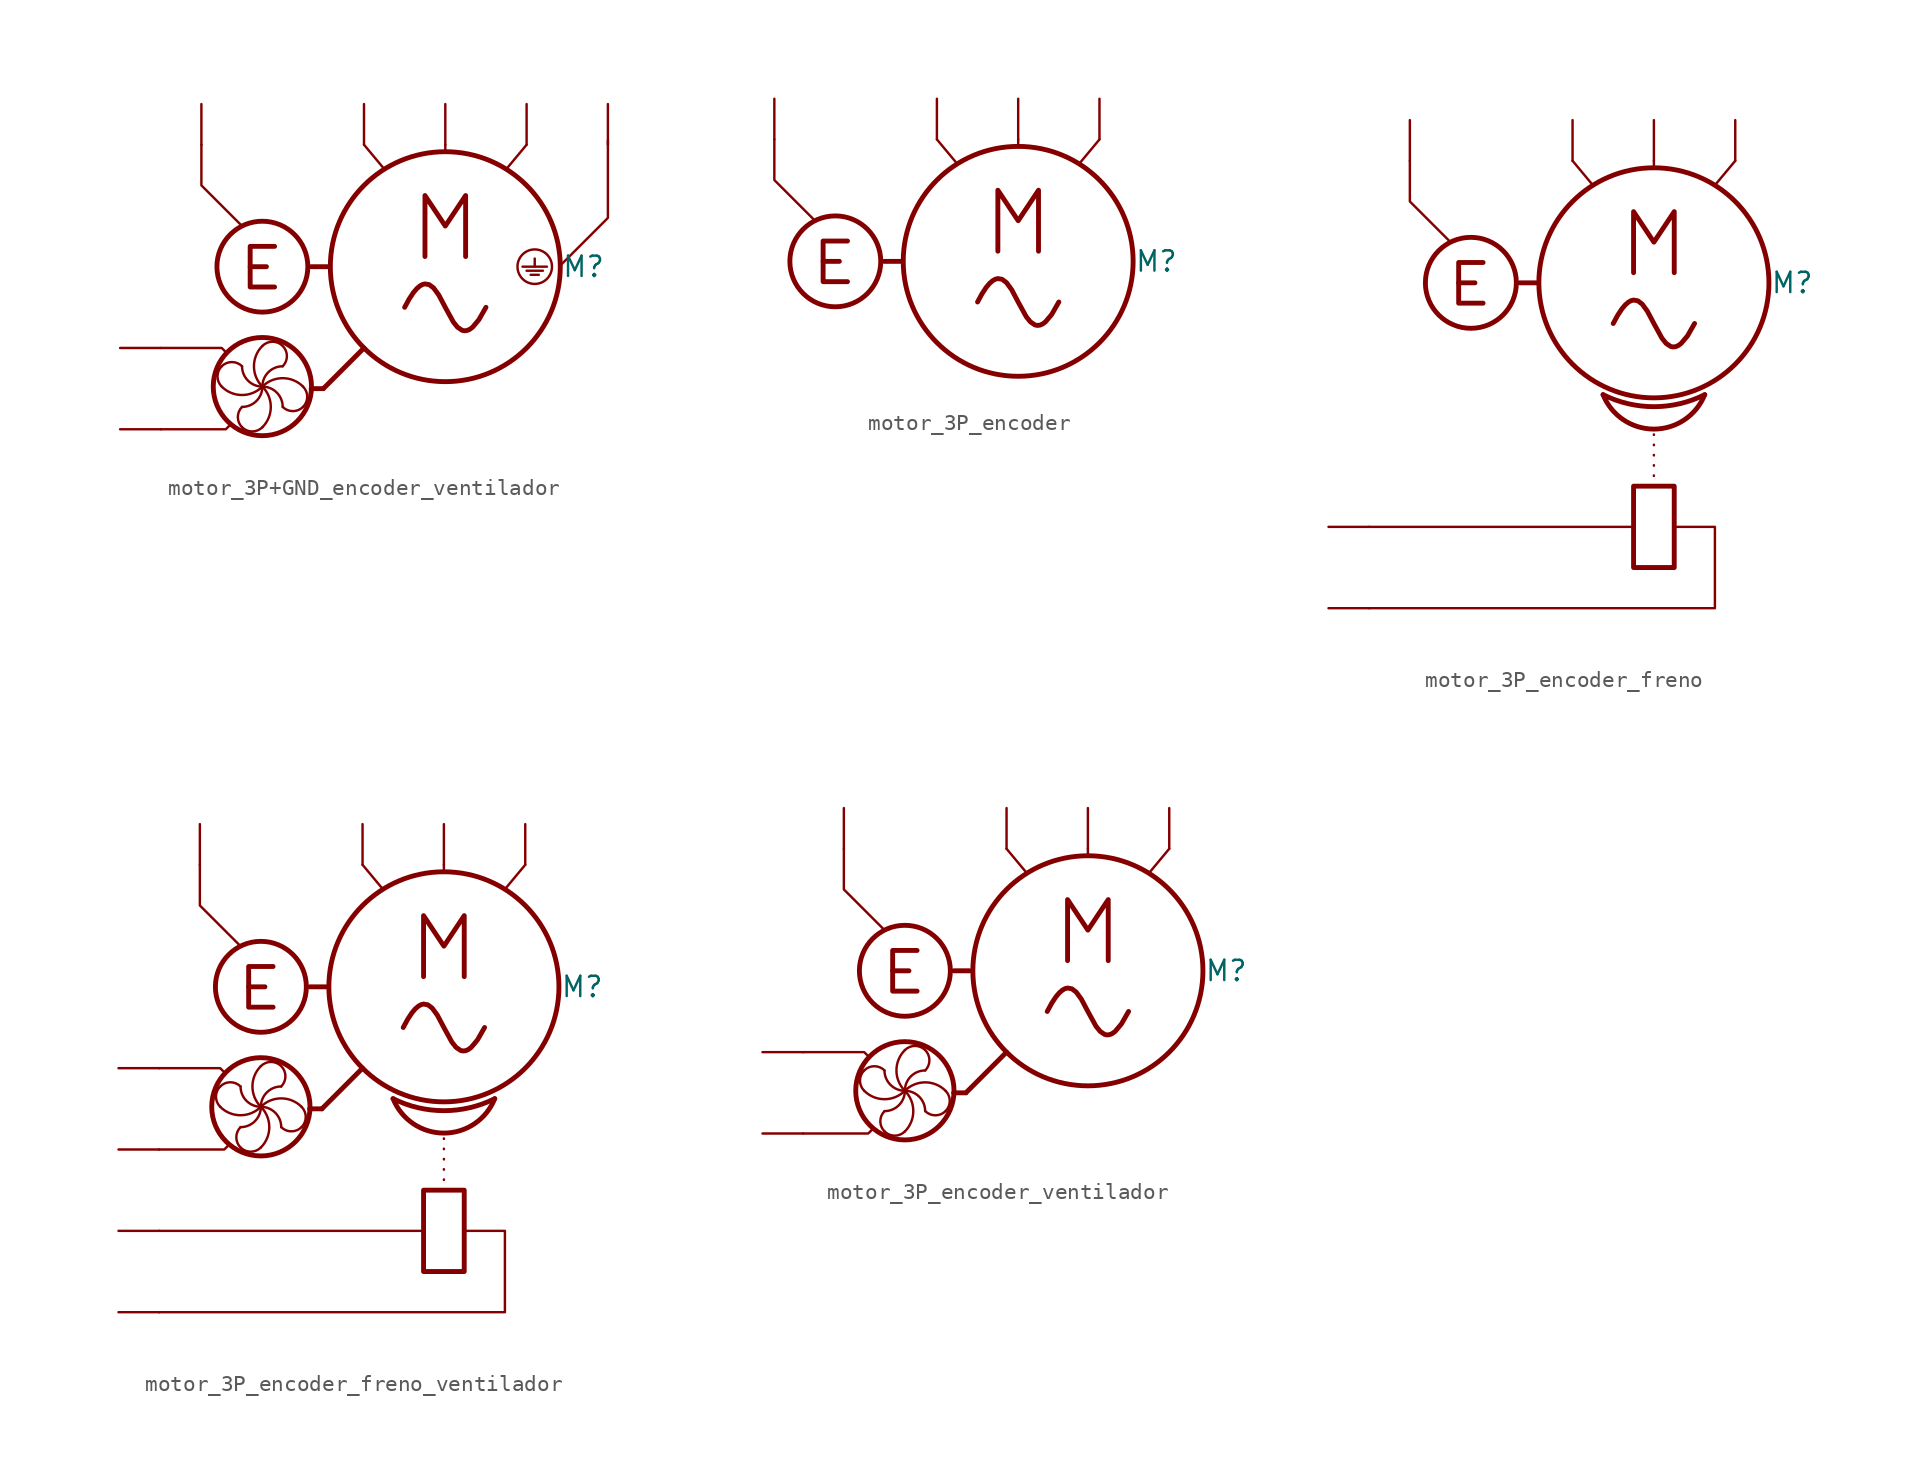
<source format=kicad_sym>
(kicad_symbol_lib
  (version 20241209)
  (generator "kicad_symbol_editor")
  (generator_version "9.0")
  (symbol "motor_3P+GND_encoder_ventilador"
    (property "Reference" "M"
      (at 8.636 0 0)
      (effects (font (size 1.27 1.27))))
    (property "Value" ""
      (at 0 0 0)
      (effects (font (size 1.27 1.27))))
    (symbol "motor_3P+GND_encoder_ventilador_0_1"
      (polyline (pts (xy -17.78 -5.08) (xy -13.97 -5.08) (xy -13.716 -5.334)) (stroke (width 0) (type default)) (fill (type none)))
      (polyline (pts (xy -17.78 -10.16) (xy -13.716 -10.16) (xy -13.462 -9.906)) (stroke (width 0) (type default)) (fill (type none)))
      (arc (start -13.9701 -6.2231) (mid -13.3351 -5.9601) (end -12.7001 -6.2231) (stroke (width 0) (type default)) (fill (type none)))
      (arc (start -13.9701 -7.4931) (mid -14.2331 -6.8581) (end -13.9701 -6.2231) (stroke (width 0) (type default)) (fill (type none)))
      (arc (start -11.4301 -7.4931) (mid -12.7001 -8.0192) (end -13.9701 -7.4931) (stroke (width 0) (type default)) (fill (type none)))
      (arc (start -11.4299 -7.4931) (mid -11.8019 -8.3911) (end -12.6999 -8.7631) (stroke (width 0) (type default)) (fill (type none)))
      (arc (start -11.4299 -7.4931) (mid -10.9038 -8.7631) (end -11.4299 -10.0331) (stroke (width 0) (type default)) (fill (type none)))
      (arc (start -11.4299 -10.0331) (mid -12.0649 -10.2961) (end -12.6999 -10.0331) (stroke (width 0) (type default)) (fill (type none)))
      (arc (start -12.6999 -10.0331) (mid -12.9629 -9.3981) (end -12.6999 -8.7631) (stroke (width 0) (type default)) (fill (type none)))
      (arc (start -11.43 -7.493) (mid -10.532 -7.865) (end -10.16 -8.763) (stroke (width 0) (type default)) (fill (type none)))
      (arc (start -11.4301 -7.4931) (mid -12.3281 -7.1211) (end -12.7001 -6.2231) (stroke (width 0) (type default)) (fill (type none)))
      (arc (start -11.43 -4.953) (mid -10.16 -4.953) (end -10.16 -6.223) (stroke (width 0) (type default)) (fill (type none)))
      (arc (start -11.43 -7.493) (mid -11.9561 -6.223) (end -11.43 -4.953) (stroke (width 0) (type default)) (fill (type none)))
      (arc (start -11.43 -7.493) (mid -10.16 -6.9669) (end -8.89 -7.493) (stroke (width 0) (type default)) (fill (type none)))
      (arc (start -11.43 -7.493) (mid -11.058 -6.595) (end -10.16 -6.223) (stroke (width 0) (type default)) (fill (type none)))
      (arc (start -8.89 -7.493) (mid -8.627 -8.128) (end -8.89 -8.763) (stroke (width 0) (type default)) (fill (type none)))
      (arc (start -8.89 -8.763) (mid -9.525 -9.026) (end -10.16 -8.763) (stroke (width 0) (type default)) (fill (type none)))
      (polyline (pts (xy 0 7.62) (xy 0 7.366) (xy 0 7.112)) (stroke (width 0) (type default)) (fill (type none)))
      (polyline (pts (xy 4.826 0) (xy 6.35 0)) (stroke (width 0) (type default)) (fill (type none)))
      (polyline (pts (xy 5.08 -0.254) (xy 6.096 -0.254)) (stroke (width 0) (type default)) (fill (type none)))
      (polyline (pts (xy 5.334 -0.508) (xy 5.842 -0.508)) (stroke (width 0) (type default)) (fill (type none)))
      (polyline (pts (xy 5.588 0.508) (xy 5.588 0)) (stroke (width 0) (type default)) (fill (type none)))
      (circle (center 5.588 0) (radius 1.078) (stroke (width 0) (type default)) (fill (type none)))
      (polyline (pts (xy 7.112 0) (xy 10.16 3.048) (xy 10.16 7.874)) (stroke (width 0) (type default)) (fill (type none))))
    (symbol "motor_3P+GND_encoder_ventilador_1_1"
      (polyline (pts (xy -12.7 2.54) (xy -15.24 5.08) (xy -15.24 7.62)) (stroke (width 0) (type default)) (fill (type none)))
      (polyline (pts (xy -12.192 0) (xy -11.176 0)) (stroke (width 0.305) (type solid)) (fill (type none)))
      (circle (center -11.43 0) (radius 2.84) (stroke (width 0.305) (type solid)) (fill (type none)))
      (circle (center -11.43 -7.493) (radius 3.069) (stroke (width 0.305) (type solid)) (fill (type none)))
      (polyline (pts (xy -10.668 1.27) (xy -12.192 1.27) (xy -12.192 -1.27) (xy -10.668 -1.27)) (stroke (width 0.305) (type solid)) (fill (type none)))
      (polyline (pts (xy -7.62 -7.62) (xy -8.382 -7.62)) (stroke (width 0.305) (type solid)) (fill (type none)))
      (polyline (pts (xy -7.62 -7.62) (xy -5.08 -5.08)) (stroke (width 0.305) (type solid)) (fill (type none)))
      (polyline (pts (xy -7.366 0) (xy -8.382 0)) (stroke (width 0.305) (type solid)) (fill (type none)))
      (polyline (pts (xy -5.08 7.62) (xy -3.81 6.096)) (stroke (width 0) (type default)) (fill (type none)))
      (bezier (pts (xy -2.54 -2.54) (xy 0 2.54) (xy 0 -7.62) (xy 2.54 -2.54)) (stroke (width 0.305) (type solid)) (fill (type none)))
      (polyline (pts (xy -1.27 0.635) (xy -1.27 4.445) (xy 0 2.54) (xy 1.27 4.445) (xy 1.27 0.635)) (stroke (width 0.305) (type solid)) (fill (type none)))
      (circle (center 0 0) (radius 7.184) (stroke (width 0.305) (type solid)) (fill (type none)))
      (polyline (pts (xy 5.08 7.62) (xy 3.81 6.096)) (stroke (width 0) (type default)) (fill (type none)))
      (pin output line (at -20.32 -5.08 0) (length 2.54) (name "" (effects (font (size 1.27 1.27)))) (number "" (effects (font (size 1.27 1.27)))))
      (pin output line (at -20.32 -10.16 0) (length 2.54) (name "" (effects (font (size 1.27 1.27)))) (number "" (effects (font (size 1.27 1.27)))))
      (pin output line (at -15.24 10.16 270) (length 2.54) (name "" (effects (font (size 1.27 1.27)))) (number "" (effects (font (size 1.27 1.27)))))
      (pin output line (at -5.08 10.16 270) (length 2.54) (name "" (effects (font (size 1.27 1.27)))) (number "" (effects (font (size 1.27 1.27)))))
      (pin output line (at 0 10.16 270) (length 2.54) (name "" (effects (font (size 1.27 1.27)))) (number "" (effects (font (size 1.27 1.27)))))
      (pin output line (at 5.08 10.16 270) (length 2.54) (name "" (effects (font (size 1.27 1.27)))) (number "" (effects (font (size 1.27 1.27)))))
      (pin output line (at 10.16 10.16 270) (length 2.54) (name "" (effects (font (size 1.27 1.27)))) (number "" (effects (font (size 1.27 1.27)))))))
  (symbol "motor_3P_encoder"
    (property "Reference" "M"
      (at 8.636 0 0)
      (effects (font (size 1.27 1.27))))
    (property "Value" ""
      (at 0 0 0)
      (effects (font (size 1.27 1.27))))
    (symbol "motor_3P_encoder_0_1"
      (polyline (pts (xy 0 7.62) (xy 0 7.366) (xy 0 7.112)) (stroke (width 0) (type default)) (fill (type none))))
    (symbol "motor_3P_encoder_1_1"
      (polyline (pts (xy -12.7 2.54) (xy -15.24 5.08) (xy -15.24 7.62)) (stroke (width 0) (type default)) (fill (type none)))
      (polyline (pts (xy -12.192 0) (xy -11.176 0)) (stroke (width 0.305) (type solid)) (fill (type none)))
      (circle (center -11.43 0) (radius 2.84) (stroke (width 0.305) (type solid)) (fill (type none)))
      (polyline (pts (xy -10.668 1.27) (xy -12.192 1.27) (xy -12.192 -1.27) (xy -10.668 -1.27)) (stroke (width 0.305) (type solid)) (fill (type none)))
      (polyline (pts (xy -7.366 0) (xy -8.382 0)) (stroke (width 0.305) (type solid)) (fill (type none)))
      (polyline (pts (xy -5.08 7.62) (xy -3.81 6.096)) (stroke (width 0) (type default)) (fill (type none)))
      (bezier (pts (xy -2.54 -2.54) (xy 0 2.54) (xy 0 -7.62) (xy 2.54 -2.54)) (stroke (width 0.305) (type solid)) (fill (type none)))
      (polyline (pts (xy -1.27 0.635) (xy -1.27 4.445) (xy 0 2.54) (xy 1.27 4.445) (xy 1.27 0.635)) (stroke (width 0.305) (type solid)) (fill (type none)))
      (circle (center 0 0) (radius 7.184) (stroke (width 0.305) (type solid)) (fill (type none)))
      (polyline (pts (xy 5.08 7.62) (xy 3.81 6.096)) (stroke (width 0) (type default)) (fill (type none)))
      (pin output line (at -15.24 10.16 270) (length 2.54) (name "" (effects (font (size 1.27 1.27)))) (number "" (effects (font (size 1.27 1.27)))))
      (pin output line (at -5.08 10.16 270) (length 2.54) (name "" (effects (font (size 1.27 1.27)))) (number "" (effects (font (size 1.27 1.27)))))
      (pin output line (at 0 10.16 270) (length 2.54) (name "" (effects (font (size 1.27 1.27)))) (number "" (effects (font (size 1.27 1.27)))))
      (pin output line (at 5.08 10.16 270) (length 2.54) (name "" (effects (font (size 1.27 1.27)))) (number "" (effects (font (size 1.27 1.27)))))))
  (symbol "motor_3P_encoder_freno"
    (property "Reference" "M"
      (at 8.636 0 0)
      (effects (font (size 1.27 1.27))))
    (property "Value" ""
      (at 0 0 0)
      (effects (font (size 1.27 1.27))))
    (symbol "motor_3P_encoder_freno_0_1"
      (polyline (pts (xy -17.78 -15.24) (xy -1.27 -15.24)) (stroke (width 0) (type default)) (fill (type none)))
      (polyline (pts (xy 0 7.62) (xy 0 7.366) (xy 0 7.112)) (stroke (width 0) (type default)) (fill (type none)))
      (polyline (pts (xy 1.27 -15.24) (xy 3.81 -15.24) (xy 3.81 -20.32) (xy -17.78 -20.32)) (stroke (width 0) (type default)) (fill (type none))))
    (symbol "motor_3P_encoder_freno_1_1"
      (polyline (pts (xy -12.7 2.54) (xy -15.24 5.08) (xy -15.24 7.62)) (stroke (width 0) (type default)) (fill (type none)))
      (polyline (pts (xy -12.192 0) (xy -11.176 0)) (stroke (width 0.305) (type solid)) (fill (type none)))
      (circle (center -11.43 0) (radius 2.84) (stroke (width 0.305) (type solid)) (fill (type none)))
      (polyline (pts (xy -10.668 1.27) (xy -12.192 1.27) (xy -12.192 -1.27) (xy -10.668 -1.27)) (stroke (width 0.305) (type solid)) (fill (type none)))
      (polyline (pts (xy -7.366 0) (xy -8.382 0)) (stroke (width 0.305) (type solid)) (fill (type none)))
      (polyline (pts (xy -5.08 7.62) (xy -3.81 6.096)) (stroke (width 0) (type default)) (fill (type none)))
      (bezier (pts (xy -2.54 -2.54) (xy 0 2.54) (xy 0 -7.62) (xy 2.54 -2.54)) (stroke (width 0.305) (type solid)) (fill (type none)))
      (polyline (pts (xy -1.27 0.635) (xy -1.27 4.445) (xy 0 2.54) (xy 1.27 4.445) (xy 1.27 0.635)) (stroke (width 0.305) (type solid)) (fill (type none)))
      (rectangle (start -1.27 -12.7) (end 1.27 -17.78) (stroke (width 0.305) (type solid)) (fill (type none)))
      (circle (center 0 0) (radius 7.184) (stroke (width 0.305) (type solid)) (fill (type none)))
      (arc (start 3.175 -6.985) (mid 0 -7.7345) (end -3.175 -6.985) (stroke (width 0.3048) (type solid)) (fill (type none)))
      (arc (start 3.175 -6.985) (mid 0 -9.1346) (end -3.175 -6.985) (stroke (width 0.3048) (type solid)) (fill (type none)))
      (polyline (pts (xy 0 -12.7) (xy 0 -8.89)) (stroke (width 0) (type dot)) (fill (type none)))
      (polyline (pts (xy 5.08 7.62) (xy 3.81 6.096)) (stroke (width 0) (type default)) (fill (type none)))
      (pin output line (at -20.32 -15.24 0) (length 2.54) (name "" (effects (font (size 1.27 1.27)))) (number "" (effects (font (size 1.27 1.27)))))
      (pin output line (at -20.32 -20.32 0) (length 2.54) (name "" (effects (font (size 1.27 1.27)))) (number "" (effects (font (size 1.27 1.27)))))
      (pin output line (at -15.24 10.16 270) (length 2.54) (name "" (effects (font (size 1.27 1.27)))) (number "" (effects (font (size 1.27 1.27)))))
      (pin output line (at -5.08 10.16 270) (length 2.54) (name "" (effects (font (size 1.27 1.27)))) (number "" (effects (font (size 1.27 1.27)))))
      (pin output line (at 0 10.16 270) (length 2.54) (name "" (effects (font (size 1.27 1.27)))) (number "" (effects (font (size 1.27 1.27)))))
      (pin output line (at 5.08 10.16 270) (length 2.54) (name "" (effects (font (size 1.27 1.27)))) (number "" (effects (font (size 1.27 1.27)))))))
  (symbol "motor_3P_encoder_freno_ventilador"
    (property "Reference" "M"
      (at 8.636 0 0)
      (effects (font (size 1.27 1.27))))
    (property "Value" ""
      (at 0 0 0)
      (effects (font (size 1.27 1.27))))
    (symbol "motor_3P_encoder_freno_ventilador_0_1"
      (polyline (pts (xy -17.78 -5.08) (xy -13.97 -5.08) (xy -13.716 -5.334)) (stroke (width 0) (type default)) (fill (type none)))
      (polyline (pts (xy -17.78 -10.16) (xy -13.716 -10.16) (xy -13.462 -9.906)) (stroke (width 0) (type default)) (fill (type none)))
      (polyline (pts (xy -17.78 -15.24) (xy -1.27 -15.24)) (stroke (width 0) (type default)) (fill (type none)))
      (arc (start -13.9701 -6.2231) (mid -13.3351 -5.9601) (end -12.7001 -6.2231) (stroke (width 0) (type default)) (fill (type none)))
      (arc (start -13.9701 -7.4931) (mid -14.2331 -6.8581) (end -13.9701 -6.2231) (stroke (width 0) (type default)) (fill (type none)))
      (arc (start -11.4301 -7.4931) (mid -12.7001 -8.0192) (end -13.9701 -7.4931) (stroke (width 0) (type default)) (fill (type none)))
      (arc (start -11.4299 -7.4931) (mid -11.8019 -8.3911) (end -12.6999 -8.7631) (stroke (width 0) (type default)) (fill (type none)))
      (arc (start -11.4299 -7.4931) (mid -10.9038 -8.7631) (end -11.4299 -10.0331) (stroke (width 0) (type default)) (fill (type none)))
      (arc (start -11.4299 -10.0331) (mid -12.0649 -10.2961) (end -12.6999 -10.0331) (stroke (width 0) (type default)) (fill (type none)))
      (arc (start -12.6999 -10.0331) (mid -12.9629 -9.3981) (end -12.6999 -8.7631) (stroke (width 0) (type default)) (fill (type none)))
      (arc (start -11.43 -7.493) (mid -10.532 -7.865) (end -10.16 -8.763) (stroke (width 0) (type default)) (fill (type none)))
      (arc (start -11.4301 -7.4931) (mid -12.3281 -7.1211) (end -12.7001 -6.2231) (stroke (width 0) (type default)) (fill (type none)))
      (arc (start -11.43 -4.953) (mid -10.16 -4.953) (end -10.16 -6.223) (stroke (width 0) (type default)) (fill (type none)))
      (arc (start -11.43 -7.493) (mid -11.9561 -6.223) (end -11.43 -4.953) (stroke (width 0) (type default)) (fill (type none)))
      (arc (start -11.43 -7.493) (mid -10.16 -6.9669) (end -8.89 -7.493) (stroke (width 0) (type default)) (fill (type none)))
      (arc (start -11.43 -7.493) (mid -11.058 -6.595) (end -10.16 -6.223) (stroke (width 0) (type default)) (fill (type none)))
      (arc (start -8.89 -7.493) (mid -8.627 -8.128) (end -8.89 -8.763) (stroke (width 0) (type default)) (fill (type none)))
      (arc (start -8.89 -8.763) (mid -9.525 -9.026) (end -10.16 -8.763) (stroke (width 0) (type default)) (fill (type none)))
      (polyline (pts (xy 0 7.62) (xy 0 7.366) (xy 0 7.112)) (stroke (width 0) (type default)) (fill (type none)))
      (polyline (pts (xy 1.27 -15.24) (xy 3.81 -15.24) (xy 3.81 -20.32) (xy -17.78 -20.32)) (stroke (width 0) (type default)) (fill (type none))))
    (symbol "motor_3P_encoder_freno_ventilador_1_1"
      (polyline (pts (xy -12.7 2.54) (xy -15.24 5.08) (xy -15.24 7.62)) (stroke (width 0) (type default)) (fill (type none)))
      (polyline (pts (xy -12.192 0) (xy -11.176 0)) (stroke (width 0.305) (type solid)) (fill (type none)))
      (circle (center -11.43 0) (radius 2.84) (stroke (width 0.305) (type solid)) (fill (type none)))
      (circle (center -11.43 -7.493) (radius 3.069) (stroke (width 0.305) (type solid)) (fill (type none)))
      (polyline (pts (xy -10.668 1.27) (xy -12.192 1.27) (xy -12.192 -1.27) (xy -10.668 -1.27)) (stroke (width 0.305) (type solid)) (fill (type none)))
      (polyline (pts (xy -7.62 -7.62) (xy -8.382 -7.62)) (stroke (width 0.305) (type solid)) (fill (type none)))
      (polyline (pts (xy -7.62 -7.62) (xy -5.08 -5.08)) (stroke (width 0.305) (type solid)) (fill (type none)))
      (polyline (pts (xy -7.366 0) (xy -8.382 0)) (stroke (width 0.305) (type solid)) (fill (type none)))
      (polyline (pts (xy -5.08 7.62) (xy -3.81 6.096)) (stroke (width 0) (type default)) (fill (type none)))
      (bezier (pts (xy -2.54 -2.54) (xy 0 2.54) (xy 0 -7.62) (xy 2.54 -2.54)) (stroke (width 0.305) (type solid)) (fill (type none)))
      (polyline (pts (xy -1.27 0.635) (xy -1.27 4.445) (xy 0 2.54) (xy 1.27 4.445) (xy 1.27 0.635)) (stroke (width 0.305) (type solid)) (fill (type none)))
      (rectangle (start -1.27 -12.7) (end 1.27 -17.78) (stroke (width 0.305) (type solid)) (fill (type none)))
      (circle (center 0 0) (radius 7.184) (stroke (width 0.305) (type solid)) (fill (type none)))
      (arc (start 3.175 -6.985) (mid 0 -7.7345) (end -3.175 -6.985) (stroke (width 0.3048) (type solid)) (fill (type none)))
      (arc (start 3.175 -6.985) (mid 0 -9.1346) (end -3.175 -6.985) (stroke (width 0.3048) (type solid)) (fill (type none)))
      (polyline (pts (xy 0 -12.7) (xy 0 -8.89)) (stroke (width 0) (type dot)) (fill (type none)))
      (polyline (pts (xy 5.08 7.62) (xy 3.81 6.096)) (stroke (width 0) (type default)) (fill (type none)))
      (pin output line (at -20.32 -5.08 0) (length 2.54) (name "" (effects (font (size 1.27 1.27)))) (number "" (effects (font (size 1.27 1.27)))))
      (pin output line (at -20.32 -10.16 0) (length 2.54) (name "" (effects (font (size 1.27 1.27)))) (number "" (effects (font (size 1.27 1.27)))))
      (pin output line (at -20.32 -15.24 0) (length 2.54) (name "" (effects (font (size 1.27 1.27)))) (number "" (effects (font (size 1.27 1.27)))))
      (pin output line (at -20.32 -20.32 0) (length 2.54) (name "" (effects (font (size 1.27 1.27)))) (number "" (effects (font (size 1.27 1.27)))))
      (pin output line (at -15.24 10.16 270) (length 2.54) (name "" (effects (font (size 1.27 1.27)))) (number "" (effects (font (size 1.27 1.27)))))
      (pin output line (at -5.08 10.16 270) (length 2.54) (name "" (effects (font (size 1.27 1.27)))) (number "" (effects (font (size 1.27 1.27)))))
      (pin output line (at 0 10.16 270) (length 2.54) (name "" (effects (font (size 1.27 1.27)))) (number "" (effects (font (size 1.27 1.27)))))
      (pin output line (at 5.08 10.16 270) (length 2.54) (name "" (effects (font (size 1.27 1.27)))) (number "" (effects (font (size 1.27 1.27)))))))
  (symbol "motor_3P_encoder_ventilador"
    (property "Reference" "M"
      (at 8.636 0 0)
      (effects (font (size 1.27 1.27))))
    (property "Value" ""
      (at 0 0 0)
      (effects (font (size 1.27 1.27))))
    (symbol "motor_3P_encoder_ventilador_0_1"
      (polyline (pts (xy -17.78 -5.08) (xy -13.97 -5.08) (xy -13.716 -5.334)) (stroke (width 0) (type default)) (fill (type none)))
      (polyline (pts (xy -17.78 -10.16) (xy -13.716 -10.16) (xy -13.462 -9.906)) (stroke (width 0) (type default)) (fill (type none)))
      (arc (start -13.9701 -6.2231) (mid -13.3351 -5.9601) (end -12.7001 -6.2231) (stroke (width 0) (type default)) (fill (type none)))
      (arc (start -13.9701 -7.4931) (mid -14.2331 -6.8581) (end -13.9701 -6.2231) (stroke (width 0) (type default)) (fill (type none)))
      (arc (start -11.4301 -7.4931) (mid -12.7001 -8.0192) (end -13.9701 -7.4931) (stroke (width 0) (type default)) (fill (type none)))
      (arc (start -11.4299 -7.4931) (mid -11.8019 -8.3911) (end -12.6999 -8.7631) (stroke (width 0) (type default)) (fill (type none)))
      (arc (start -11.4299 -7.4931) (mid -10.9038 -8.7631) (end -11.4299 -10.0331) (stroke (width 0) (type default)) (fill (type none)))
      (arc (start -11.4299 -10.0331) (mid -12.0649 -10.2961) (end -12.6999 -10.0331) (stroke (width 0) (type default)) (fill (type none)))
      (arc (start -12.6999 -10.0331) (mid -12.9629 -9.3981) (end -12.6999 -8.7631) (stroke (width 0) (type default)) (fill (type none)))
      (arc (start -11.43 -7.493) (mid -10.532 -7.865) (end -10.16 -8.763) (stroke (width 0) (type default)) (fill (type none)))
      (arc (start -11.4301 -7.4931) (mid -12.3281 -7.1211) (end -12.7001 -6.2231) (stroke (width 0) (type default)) (fill (type none)))
      (arc (start -11.43 -4.953) (mid -10.16 -4.953) (end -10.16 -6.223) (stroke (width 0) (type default)) (fill (type none)))
      (arc (start -11.43 -7.493) (mid -11.9561 -6.223) (end -11.43 -4.953) (stroke (width 0) (type default)) (fill (type none)))
      (arc (start -11.43 -7.493) (mid -10.16 -6.9669) (end -8.89 -7.493) (stroke (width 0) (type default)) (fill (type none)))
      (arc (start -11.43 -7.493) (mid -11.058 -6.595) (end -10.16 -6.223) (stroke (width 0) (type default)) (fill (type none)))
      (arc (start -8.89 -7.493) (mid -8.627 -8.128) (end -8.89 -8.763) (stroke (width 0) (type default)) (fill (type none)))
      (arc (start -8.89 -8.763) (mid -9.525 -9.026) (end -10.16 -8.763) (stroke (width 0) (type default)) (fill (type none)))
      (polyline (pts (xy 0 7.62) (xy 0 7.366) (xy 0 7.112)) (stroke (width 0) (type default)) (fill (type none))))
    (symbol "motor_3P_encoder_ventilador_1_1"
      (polyline (pts (xy -12.7 2.54) (xy -15.24 5.08) (xy -15.24 7.62)) (stroke (width 0) (type default)) (fill (type none)))
      (polyline (pts (xy -12.192 0) (xy -11.176 0)) (stroke (width 0.305) (type solid)) (fill (type none)))
      (circle (center -11.43 0) (radius 2.84) (stroke (width 0.305) (type solid)) (fill (type none)))
      (circle (center -11.43 -7.493) (radius 3.069) (stroke (width 0.305) (type solid)) (fill (type none)))
      (polyline (pts (xy -10.668 1.27) (xy -12.192 1.27) (xy -12.192 -1.27) (xy -10.668 -1.27)) (stroke (width 0.305) (type solid)) (fill (type none)))
      (polyline (pts (xy -7.62 -7.62) (xy -8.382 -7.62)) (stroke (width 0.305) (type solid)) (fill (type none)))
      (polyline (pts (xy -7.62 -7.62) (xy -5.08 -5.08)) (stroke (width 0.305) (type solid)) (fill (type none)))
      (polyline (pts (xy -7.366 0) (xy -8.382 0)) (stroke (width 0.305) (type solid)) (fill (type none)))
      (polyline (pts (xy -5.08 7.62) (xy -3.81 6.096)) (stroke (width 0) (type default)) (fill (type none)))
      (bezier (pts (xy -2.54 -2.54) (xy 0 2.54) (xy 0 -7.62) (xy 2.54 -2.54)) (stroke (width 0.305) (type solid)) (fill (type none)))
      (polyline (pts (xy -1.27 0.635) (xy -1.27 4.445) (xy 0 2.54) (xy 1.27 4.445) (xy 1.27 0.635)) (stroke (width 0.305) (type solid)) (fill (type none)))
      (circle (center 0 0) (radius 7.184) (stroke (width 0.305) (type solid)) (fill (type none)))
      (polyline (pts (xy 5.08 7.62) (xy 3.81 6.096)) (stroke (width 0) (type default)) (fill (type none)))
      (pin output line (at -20.32 -5.08 0) (length 2.54) (name "" (effects (font (size 1.27 1.27)))) (number "" (effects (font (size 1.27 1.27)))))
      (pin output line (at -20.32 -10.16 0) (length 2.54) (name "" (effects (font (size 1.27 1.27)))) (number "" (effects (font (size 1.27 1.27)))))
      (pin output line (at -15.24 10.16 270) (length 2.54) (name "" (effects (font (size 1.27 1.27)))) (number "" (effects (font (size 1.27 1.27)))))
      (pin output line (at -5.08 10.16 270) (length 2.54) (name "" (effects (font (size 1.27 1.27)))) (number "" (effects (font (size 1.27 1.27)))))
      (pin output line (at 0 10.16 270) (length 2.54) (name "" (effects (font (size 1.27 1.27)))) (number "" (effects (font (size 1.27 1.27)))))
      (pin output line (at 5.08 10.16 270) (length 2.54) (name "" (effects (font (size 1.27 1.27)))) (number "" (effects (font (size 1.27 1.27))))))))
</source>
